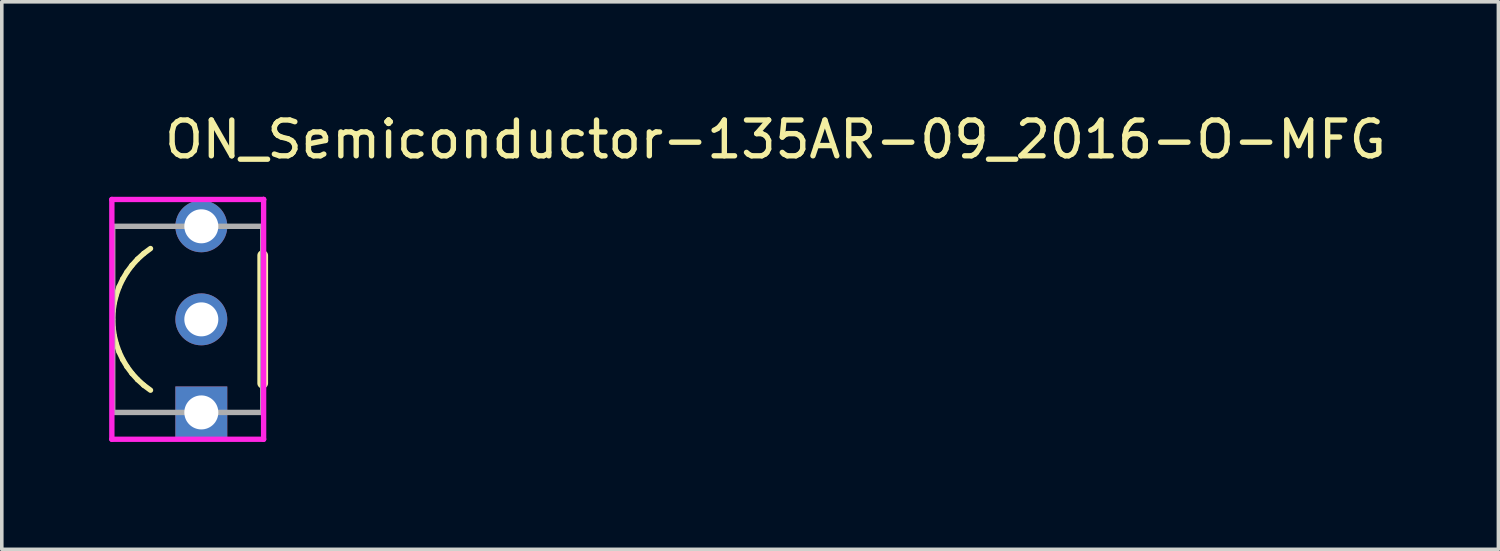
<source format=kicad_pcb>
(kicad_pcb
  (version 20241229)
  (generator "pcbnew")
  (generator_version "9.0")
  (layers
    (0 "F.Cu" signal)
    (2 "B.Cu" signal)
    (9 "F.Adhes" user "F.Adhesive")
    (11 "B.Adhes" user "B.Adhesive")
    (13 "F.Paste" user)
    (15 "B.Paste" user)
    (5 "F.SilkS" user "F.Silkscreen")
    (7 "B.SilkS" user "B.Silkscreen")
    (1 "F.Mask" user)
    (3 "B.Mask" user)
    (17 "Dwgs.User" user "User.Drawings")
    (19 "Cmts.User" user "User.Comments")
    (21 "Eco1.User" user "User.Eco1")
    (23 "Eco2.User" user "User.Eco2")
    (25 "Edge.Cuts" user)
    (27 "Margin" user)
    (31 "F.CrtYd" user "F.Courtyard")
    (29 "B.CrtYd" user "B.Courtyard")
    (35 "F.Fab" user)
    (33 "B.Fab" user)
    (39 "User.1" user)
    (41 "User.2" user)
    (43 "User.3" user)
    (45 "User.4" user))
  (footprint "ON_Semiconductor-135AR-09_2016-O-MFG"
    (layer "F.Cu")
    (at 2.195 5.873)
    (property "Reference" "ON_Semiconductor-135AR-09_2016-O-MFG" (at -0.725 -5.025 0) (layer "F.SilkS") (effects (font (size 1 1) (thickness 0.15)) (justify left)))
    (attr through_hole)
    (fp_line (start -2.098 0) (end -2.086 -0.233) (stroke (width 0.15) (type solid)) (layer "F.SilkS"))
    (fp_line (start -2.086 -0.233) (end -2.052 -0.464) (stroke (width 0.15) (type solid)) (layer "F.SilkS"))
    (fp_line (start -2.086 0.233) (end -2.098 0) (stroke (width 0.15) (type solid)) (layer "F.SilkS"))
    (fp_line (start -2.052 -0.464) (end -1.995 -0.691) (stroke (width 0.15) (type solid)) (layer "F.SilkS"))
    (fp_line (start -2.052 0.464) (end -2.086 0.233) (stroke (width 0.15) (type solid)) (layer "F.SilkS"))
    (fp_line (start -1.995 -0.691) (end -1.917 -0.911) (stroke (width 0.15) (type solid)) (layer "F.SilkS"))
    (fp_line (start -1.995 0.691) (end -2.052 0.464) (stroke (width 0.15) (type solid)) (layer "F.SilkS"))
    (fp_line (start -1.917 -0.911) (end -1.817 -1.122) (stroke (width 0.15) (type solid)) (layer "F.SilkS"))
    (fp_line (start -1.917 0.911) (end -1.995 0.691) (stroke (width 0.15) (type solid)) (layer "F.SilkS"))
    (fp_line (start -1.817 -1.122) (end -1.697 -1.322) (stroke (width 0.15) (type solid)) (layer "F.SilkS"))
    (fp_line (start -1.817 1.122) (end -1.917 0.911) (stroke (width 0.15) (type solid)) (layer "F.SilkS"))
    (fp_line (start -1.697 -1.322) (end -1.558 -1.51) (stroke (width 0.15) (type solid)) (layer "F.SilkS"))
    (fp_line (start -1.697 1.322) (end -1.817 1.122) (stroke (width 0.15) (type solid)) (layer "F.SilkS"))
    (fp_line (start -1.558 -1.51) (end -1.401 -1.683) (stroke (width 0.15) (type solid)) (layer "F.SilkS"))
    (fp_line (start -1.558 1.51) (end -1.697 1.322) (stroke (width 0.15) (type solid)) (layer "F.SilkS"))
    (fp_line (start -1.401 -1.683) (end -1.228 -1.84) (stroke (width 0.15) (type solid)) (layer "F.SilkS"))
    (fp_line (start -1.401 1.683) (end -1.558 1.51) (stroke (width 0.15) (type solid)) (layer "F.SilkS"))
    (fp_line (start -1.228 -1.84) (end -1.04 -1.979) (stroke (width 0.15) (type solid)) (layer "F.SilkS"))
    (fp_line (start -1.228 1.84) (end -1.401 1.683) (stroke (width 0.15) (type solid)) (layer "F.SilkS"))
    (fp_line (start -1.04 1.979) (end -1.228 1.84) (stroke (width 0.15) (type solid)) (layer "F.SilkS"))
    (fp_line (start 2.095 1.785) (end 2.095 -1.785) (stroke (width 0.3) (type solid)) (layer "F.SilkS"))
    (fp_line (start -2.12 -3.35) (end -2.12 3.35) (stroke (width 0.15) (type solid)) (layer "F.CrtYd"))
    (fp_line (start -2.12 3.35) (end 2.12 3.35) (stroke (width 0.15) (type solid)) (layer "F.CrtYd"))
    (fp_line (start 2.12 -3.35) (end -2.12 -3.35) (stroke (width 0.15) (type solid)) (layer "F.CrtYd"))
    (fp_line (start 2.12 -3.35) (end 2.12 -3.35) (stroke (width 0.15) (type solid)) (layer "F.CrtYd"))
    (fp_line (start 2.12 3.35) (end 2.12 -3.35) (stroke (width 0.15) (type solid)) (layer "F.CrtYd"))
    (fp_line (start -2.095 -2.6) (end 2.095 -2.6) (stroke (width 0.15) (type solid)) (layer "F.Fab"))
    (fp_line (start -2.095 2.6) (end -2.095 -2.6) (stroke (width 0.15) (type solid)) (layer "F.Fab"))
    (fp_line (start 2.095 -2.6) (end 2.095 2.6) (stroke (width 0.15) (type solid)) (layer "F.Fab"))
    (fp_line (start 2.095 2.6) (end -2.095 2.6) (stroke (width 0.15) (type solid)) (layer "F.Fab"))
    (pad "1" thru_hole rect (at 0.38 2.6) (size 1.45 1.45) (drill 0.95) (layers "*.Cu"))
    (pad "2" thru_hole circle (at 0.38 0) (size 1.45 1.45) (drill 0.95) (layers "*.Cu"))
    (pad "3" thru_hole circle (at 0.38 -2.6) (size 1.45 1.45) (drill 0.95) (layers "*.Cu")))
  (gr_rect
    (start -3 -3)
    (end 38.815 12.298)
    (stroke (width 0.1) (type default))
    (fill no)
    (layer "Edge.Cuts")))
</source>
